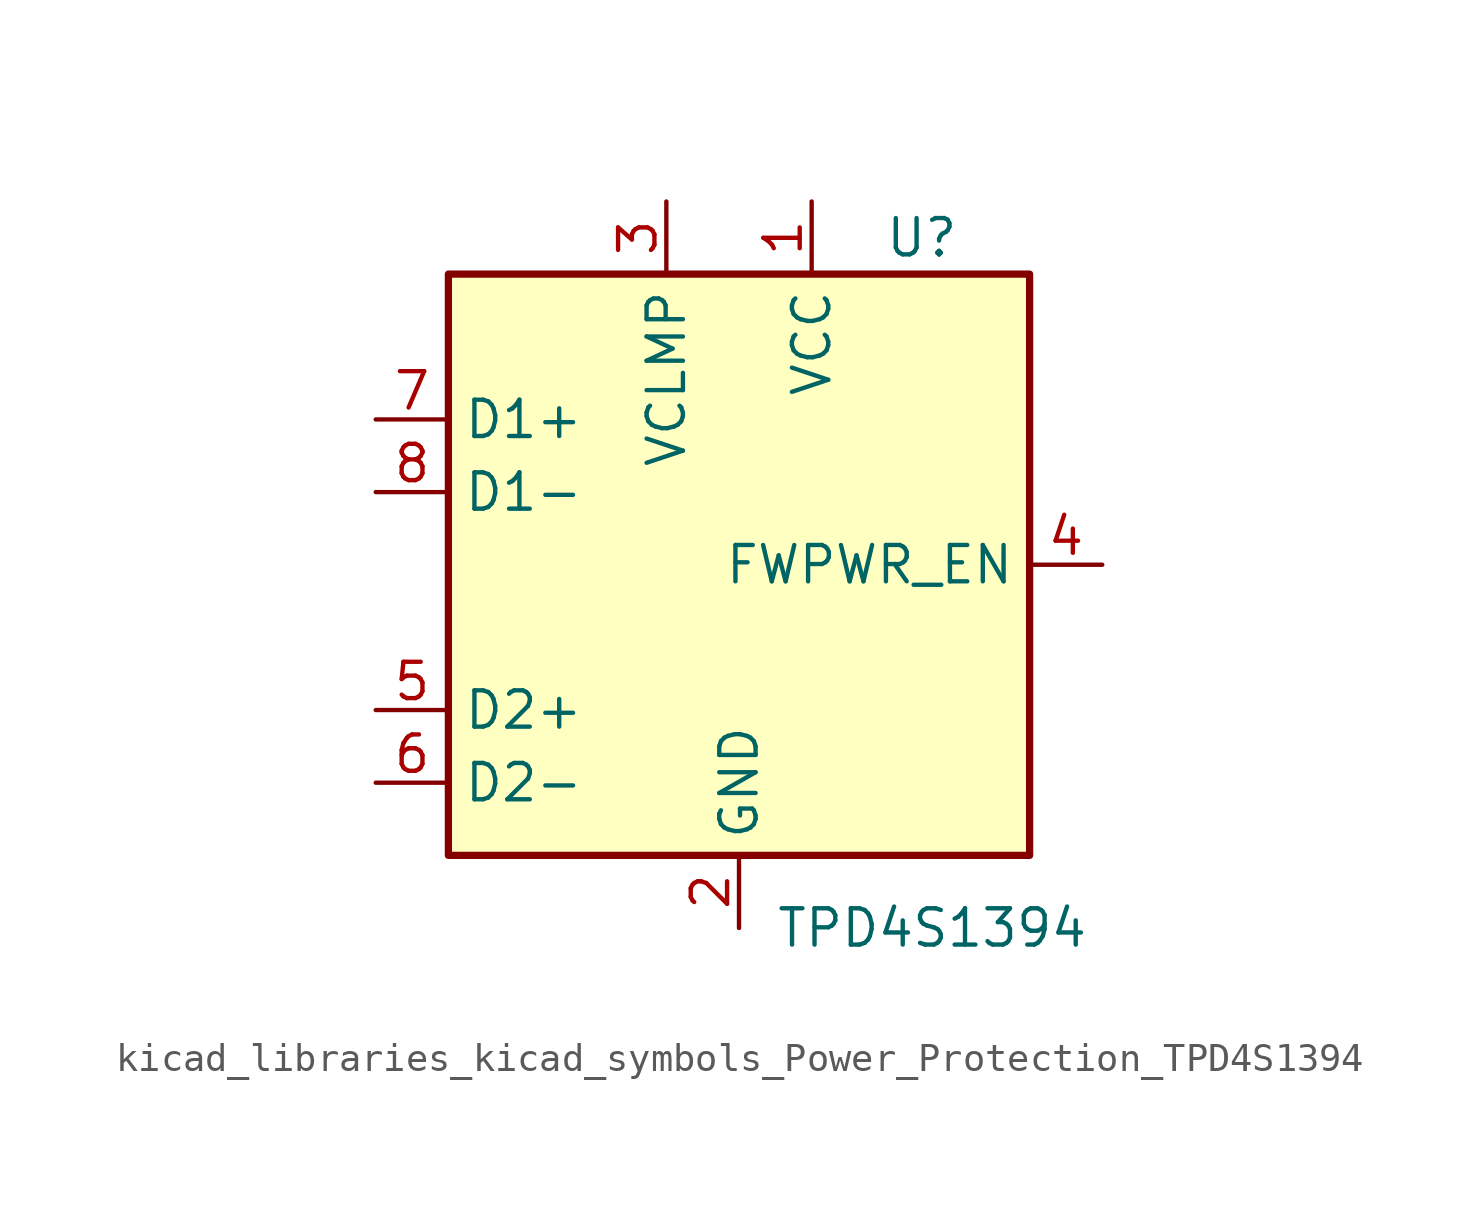
<source format=kicad_sym>
(kicad_symbol_lib
  (version 20220914)
  (generator kicad_symbol_editor)
  (symbol "kicad_libraries_kicad_symbols_Power_Protection_TPD4S1394"
    (property "Reference" "U"
      (at 5.08 11.43 0)
      (effects (font (size 1.27 1.27)) (justify left)))
    (property "Value" "TPD4S1394"
      (at 1.27 -12.7 0)
      (effects (font (size 1.27 1.27)) (justify left)))
    (symbol "kicad_libraries_kicad_symbols_Power_Protection_TPD4S1394_0_1"
      (rectangle (start -10.16 10.16) (end 10.16 -10.16) (stroke (width 0.254) (type default)) (fill (type background))))
    (symbol "kicad_libraries_kicad_symbols_Power_Protection_TPD4S1394_1_1"
      (pin power_in line (at 2.54 12.7 270) (length 2.54) (name "VCC" (effects (font (size 1.27 1.27)))) (number "1" (effects (font (size 1.27 1.27)))))
      (pin power_in line (at 0 -12.7 90) (length 2.54) (name "GND" (effects (font (size 1.27 1.27)))) (number "2" (effects (font (size 1.27 1.27)))))
      (pin passive line (at -2.54 12.7 270) (length 2.54) (name "VCLMP" (effects (font (size 1.27 1.27)))) (number "3" (effects (font (size 1.27 1.27)))))
      (pin passive line (at 12.7 0 180) (length 2.54) (name "FWPWR_EN" (effects (font (size 1.27 1.27)))) (number "4" (effects (font (size 1.27 1.27)))))
      (pin passive line (at -12.7 -5.08 0) (length 2.54) (name "D2+" (effects (font (size 1.27 1.27)))) (number "5" (effects (font (size 1.27 1.27)))))
      (pin passive line (at -12.7 -7.62 0) (length 2.54) (name "D2-" (effects (font (size 1.27 1.27)))) (number "6" (effects (font (size 1.27 1.27)))))
      (pin passive line (at -12.7 5.08 0) (length 2.54) (name "D1+" (effects (font (size 1.27 1.27)))) (number "7" (effects (font (size 1.27 1.27)))))
      (pin passive line (at -12.7 2.54 0) (length 2.54) (name "D1-" (effects (font (size 1.27 1.27)))) (number "8" (effects (font (size 1.27 1.27))))))))
</source>
